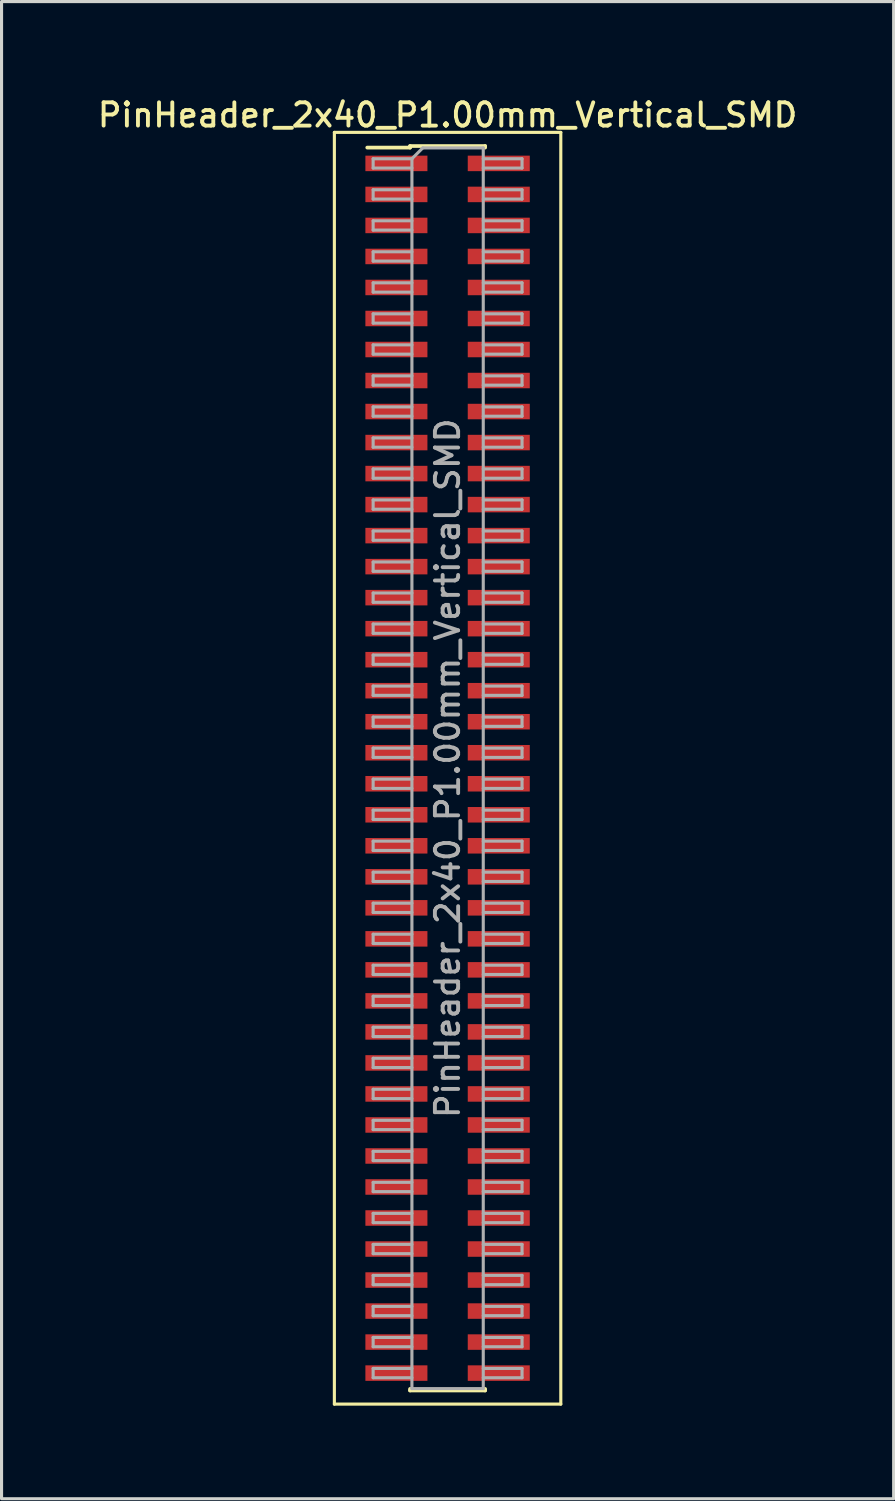
<source format=kicad_pcb>
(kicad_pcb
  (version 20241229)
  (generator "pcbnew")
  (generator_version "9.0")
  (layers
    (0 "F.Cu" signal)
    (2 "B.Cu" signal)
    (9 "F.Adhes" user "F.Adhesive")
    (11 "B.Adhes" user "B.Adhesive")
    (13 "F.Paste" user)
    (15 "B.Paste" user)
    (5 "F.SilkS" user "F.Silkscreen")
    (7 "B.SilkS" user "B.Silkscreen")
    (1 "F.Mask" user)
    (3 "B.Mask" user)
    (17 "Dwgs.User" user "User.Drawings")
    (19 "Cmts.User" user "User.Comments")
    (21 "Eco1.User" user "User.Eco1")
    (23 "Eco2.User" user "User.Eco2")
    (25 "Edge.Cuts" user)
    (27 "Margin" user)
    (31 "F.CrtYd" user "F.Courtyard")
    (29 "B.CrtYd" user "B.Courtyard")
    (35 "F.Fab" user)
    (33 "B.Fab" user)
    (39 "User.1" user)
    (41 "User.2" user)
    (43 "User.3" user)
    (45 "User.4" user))
  (footprint "PinHeader_2x40_P1.00mm_Vertical_SMD"
    (layer "F.Cu")
    (at 11.38 21.718)
    (property "Reference" "PinHeader_2x40_P1.00mm_Vertical_SMD" (at 0 -21.06 0) (layer "F.SilkS") (effects (font (size 0.75 0.75) (thickness 0.125))))
    (attr smd)
    (fp_line (start -3.65 -20.5) (end -3.65 20.5) (stroke (width 0.1) (type solid)) (layer "F.SilkS"))
    (fp_line (start -3.65 20.5) (end 3.65 20.5) (stroke (width 0.1) (type solid)) (layer "F.SilkS"))
    (fp_line (start -2.59 -20.01) (end -1.21 -20.01) (stroke (width 0.12) (type solid)) (layer "F.SilkS"))
    (fp_line (start -1.21 -20.06) (end -1.21 -20.01) (stroke (width 0.12) (type solid)) (layer "F.SilkS"))
    (fp_line (start -1.21 -20.06) (end 1.21 -20.06) (stroke (width 0.12) (type solid)) (layer "F.SilkS"))
    (fp_line (start -1.21 20.01) (end -1.21 20.06) (stroke (width 0.12) (type solid)) (layer "F.SilkS"))
    (fp_line (start -1.21 20.06) (end 1.21 20.06) (stroke (width 0.12) (type solid)) (layer "F.SilkS"))
    (fp_line (start 1.21 -20.06) (end 1.21 -20.01) (stroke (width 0.12) (type solid)) (layer "F.SilkS"))
    (fp_line (start 1.21 20.01) (end 1.21 20.06) (stroke (width 0.12) (type solid)) (layer "F.SilkS"))
    (fp_line (start 3.65 -20.5) (end -3.65 -20.5) (stroke (width 0.1) (type solid)) (layer "F.SilkS"))
    (fp_line (start 3.65 20.5) (end 3.65 -20.5) (stroke (width 0.1) (type solid)) (layer "F.SilkS"))
    (fp_line (start -2.4 -19.65) (end -2.4 -19.35) (stroke (width 0.1) (type solid)) (layer "F.Fab"))
    (fp_line (start -2.4 -19.35) (end -1.15 -19.35) (stroke (width 0.1) (type solid)) (layer "F.Fab"))
    (fp_line (start -2.4 -18.65) (end -2.4 -18.35) (stroke (width 0.1) (type solid)) (layer "F.Fab"))
    (fp_line (start -2.4 -18.35) (end -1.15 -18.35) (stroke (width 0.1) (type solid)) (layer "F.Fab"))
    (fp_line (start -2.4 -17.65) (end -2.4 -17.35) (stroke (width 0.1) (type solid)) (layer "F.Fab"))
    (fp_line (start -2.4 -17.35) (end -1.15 -17.35) (stroke (width 0.1) (type solid)) (layer "F.Fab"))
    (fp_line (start -2.4 -16.65) (end -2.4 -16.35) (stroke (width 0.1) (type solid)) (layer "F.Fab"))
    (fp_line (start -2.4 -16.35) (end -1.15 -16.35) (stroke (width 0.1) (type solid)) (layer "F.Fab"))
    (fp_line (start -2.4 -15.65) (end -2.4 -15.35) (stroke (width 0.1) (type solid)) (layer "F.Fab"))
    (fp_line (start -2.4 -15.35) (end -1.15 -15.35) (stroke (width 0.1) (type solid)) (layer "F.Fab"))
    (fp_line (start -2.4 -14.65) (end -2.4 -14.35) (stroke (width 0.1) (type solid)) (layer "F.Fab"))
    (fp_line (start -2.4 -14.35) (end -1.15 -14.35) (stroke (width 0.1) (type solid)) (layer "F.Fab"))
    (fp_line (start -2.4 -13.65) (end -2.4 -13.35) (stroke (width 0.1) (type solid)) (layer "F.Fab"))
    (fp_line (start -2.4 -13.35) (end -1.15 -13.35) (stroke (width 0.1) (type solid)) (layer "F.Fab"))
    (fp_line (start -2.4 -12.65) (end -2.4 -12.35) (stroke (width 0.1) (type solid)) (layer "F.Fab"))
    (fp_line (start -2.4 -12.35) (end -1.15 -12.35) (stroke (width 0.1) (type solid)) (layer "F.Fab"))
    (fp_line (start -2.4 -11.65) (end -2.4 -11.35) (stroke (width 0.1) (type solid)) (layer "F.Fab"))
    (fp_line (start -2.4 -11.35) (end -1.15 -11.35) (stroke (width 0.1) (type solid)) (layer "F.Fab"))
    (fp_line (start -2.4 -10.65) (end -2.4 -10.35) (stroke (width 0.1) (type solid)) (layer "F.Fab"))
    (fp_line (start -2.4 -10.35) (end -1.15 -10.35) (stroke (width 0.1) (type solid)) (layer "F.Fab"))
    (fp_line (start -2.4 -9.65) (end -2.4 -9.35) (stroke (width 0.1) (type solid)) (layer "F.Fab"))
    (fp_line (start -2.4 -9.35) (end -1.15 -9.35) (stroke (width 0.1) (type solid)) (layer "F.Fab"))
    (fp_line (start -2.4 -8.65) (end -2.4 -8.35) (stroke (width 0.1) (type solid)) (layer "F.Fab"))
    (fp_line (start -2.4 -8.35) (end -1.15 -8.35) (stroke (width 0.1) (type solid)) (layer "F.Fab"))
    (fp_line (start -2.4 -7.65) (end -2.4 -7.35) (stroke (width 0.1) (type solid)) (layer "F.Fab"))
    (fp_line (start -2.4 -7.35) (end -1.15 -7.35) (stroke (width 0.1) (type solid)) (layer "F.Fab"))
    (fp_line (start -2.4 -6.65) (end -2.4 -6.35) (stroke (width 0.1) (type solid)) (layer "F.Fab"))
    (fp_line (start -2.4 -6.35) (end -1.15 -6.35) (stroke (width 0.1) (type solid)) (layer "F.Fab"))
    (fp_line (start -2.4 -5.65) (end -2.4 -5.35) (stroke (width 0.1) (type solid)) (layer "F.Fab"))
    (fp_line (start -2.4 -5.35) (end -1.15 -5.35) (stroke (width 0.1) (type solid)) (layer "F.Fab"))
    (fp_line (start -2.4 -4.65) (end -2.4 -4.35) (stroke (width 0.1) (type solid)) (layer "F.Fab"))
    (fp_line (start -2.4 -4.35) (end -1.15 -4.35) (stroke (width 0.1) (type solid)) (layer "F.Fab"))
    (fp_line (start -2.4 -3.65) (end -2.4 -3.35) (stroke (width 0.1) (type solid)) (layer "F.Fab"))
    (fp_line (start -2.4 -3.35) (end -1.15 -3.35) (stroke (width 0.1) (type solid)) (layer "F.Fab"))
    (fp_line (start -2.4 -2.65) (end -2.4 -2.35) (stroke (width 0.1) (type solid)) (layer "F.Fab"))
    (fp_line (start -2.4 -2.35) (end -1.15 -2.35) (stroke (width 0.1) (type solid)) (layer "F.Fab"))
    (fp_line (start -2.4 -1.65) (end -2.4 -1.35) (stroke (width 0.1) (type solid)) (layer "F.Fab"))
    (fp_line (start -2.4 -1.35) (end -1.15 -1.35) (stroke (width 0.1) (type solid)) (layer "F.Fab"))
    (fp_line (start -2.4 -0.65) (end -2.4 -0.35) (stroke (width 0.1) (type solid)) (layer "F.Fab"))
    (fp_line (start -2.4 -0.35) (end -1.15 -0.35) (stroke (width 0.1) (type solid)) (layer "F.Fab"))
    (fp_line (start -2.4 0.35) (end -2.4 0.65) (stroke (width 0.1) (type solid)) (layer "F.Fab"))
    (fp_line (start -2.4 0.65) (end -1.15 0.65) (stroke (width 0.1) (type solid)) (layer "F.Fab"))
    (fp_line (start -2.4 1.35) (end -2.4 1.65) (stroke (width 0.1) (type solid)) (layer "F.Fab"))
    (fp_line (start -2.4 1.65) (end -1.15 1.65) (stroke (width 0.1) (type solid)) (layer "F.Fab"))
    (fp_line (start -2.4 2.35) (end -2.4 2.65) (stroke (width 0.1) (type solid)) (layer "F.Fab"))
    (fp_line (start -2.4 2.65) (end -1.15 2.65) (stroke (width 0.1) (type solid)) (layer "F.Fab"))
    (fp_line (start -2.4 3.35) (end -2.4 3.65) (stroke (width 0.1) (type solid)) (layer "F.Fab"))
    (fp_line (start -2.4 3.65) (end -1.15 3.65) (stroke (width 0.1) (type solid)) (layer "F.Fab"))
    (fp_line (start -2.4 4.35) (end -2.4 4.65) (stroke (width 0.1) (type solid)) (layer "F.Fab"))
    (fp_line (start -2.4 4.65) (end -1.15 4.65) (stroke (width 0.1) (type solid)) (layer "F.Fab"))
    (fp_line (start -2.4 5.35) (end -2.4 5.65) (stroke (width 0.1) (type solid)) (layer "F.Fab"))
    (fp_line (start -2.4 5.65) (end -1.15 5.65) (stroke (width 0.1) (type solid)) (layer "F.Fab"))
    (fp_line (start -2.4 6.35) (end -2.4 6.65) (stroke (width 0.1) (type solid)) (layer "F.Fab"))
    (fp_line (start -2.4 6.65) (end -1.15 6.65) (stroke (width 0.1) (type solid)) (layer "F.Fab"))
    (fp_line (start -2.4 7.35) (end -2.4 7.65) (stroke (width 0.1) (type solid)) (layer "F.Fab"))
    (fp_line (start -2.4 7.65) (end -1.15 7.65) (stroke (width 0.1) (type solid)) (layer "F.Fab"))
    (fp_line (start -2.4 8.35) (end -2.4 8.65) (stroke (width 0.1) (type solid)) (layer "F.Fab"))
    (fp_line (start -2.4 8.65) (end -1.15 8.65) (stroke (width 0.1) (type solid)) (layer "F.Fab"))
    (fp_line (start -2.4 9.35) (end -2.4 9.65) (stroke (width 0.1) (type solid)) (layer "F.Fab"))
    (fp_line (start -2.4 9.65) (end -1.15 9.65) (stroke (width 0.1) (type solid)) (layer "F.Fab"))
    (fp_line (start -2.4 10.35) (end -2.4 10.65) (stroke (width 0.1) (type solid)) (layer "F.Fab"))
    (fp_line (start -2.4 10.65) (end -1.15 10.65) (stroke (width 0.1) (type solid)) (layer "F.Fab"))
    (fp_line (start -2.4 11.35) (end -2.4 11.65) (stroke (width 0.1) (type solid)) (layer "F.Fab"))
    (fp_line (start -2.4 11.65) (end -1.15 11.65) (stroke (width 0.1) (type solid)) (layer "F.Fab"))
    (fp_line (start -2.4 12.35) (end -2.4 12.65) (stroke (width 0.1) (type solid)) (layer "F.Fab"))
    (fp_line (start -2.4 12.65) (end -1.15 12.65) (stroke (width 0.1) (type solid)) (layer "F.Fab"))
    (fp_line (start -2.4 13.35) (end -2.4 13.65) (stroke (width 0.1) (type solid)) (layer "F.Fab"))
    (fp_line (start -2.4 13.65) (end -1.15 13.65) (stroke (width 0.1) (type solid)) (layer "F.Fab"))
    (fp_line (start -2.4 14.35) (end -2.4 14.65) (stroke (width 0.1) (type solid)) (layer "F.Fab"))
    (fp_line (start -2.4 14.65) (end -1.15 14.65) (stroke (width 0.1) (type solid)) (layer "F.Fab"))
    (fp_line (start -2.4 15.35) (end -2.4 15.65) (stroke (width 0.1) (type solid)) (layer "F.Fab"))
    (fp_line (start -2.4 15.65) (end -1.15 15.65) (stroke (width 0.1) (type solid)) (layer "F.Fab"))
    (fp_line (start -2.4 16.35) (end -2.4 16.65) (stroke (width 0.1) (type solid)) (layer "F.Fab"))
    (fp_line (start -2.4 16.65) (end -1.15 16.65) (stroke (width 0.1) (type solid)) (layer "F.Fab"))
    (fp_line (start -2.4 17.35) (end -2.4 17.65) (stroke (width 0.1) (type solid)) (layer "F.Fab"))
    (fp_line (start -2.4 17.65) (end -1.15 17.65) (stroke (width 0.1) (type solid)) (layer "F.Fab"))
    (fp_line (start -2.4 18.35) (end -2.4 18.65) (stroke (width 0.1) (type solid)) (layer "F.Fab"))
    (fp_line (start -2.4 18.65) (end -1.15 18.65) (stroke (width 0.1) (type solid)) (layer "F.Fab"))
    (fp_line (start -2.4 19.35) (end -2.4 19.65) (stroke (width 0.1) (type solid)) (layer "F.Fab"))
    (fp_line (start -2.4 19.65) (end -1.15 19.65) (stroke (width 0.1) (type solid)) (layer "F.Fab"))
    (fp_line (start -1.15 -19.65) (end -2.4 -19.65) (stroke (width 0.1) (type solid)) (layer "F.Fab"))
    (fp_line (start -1.15 -19.65) (end -0.8 -20) (stroke (width 0.1) (type solid)) (layer "F.Fab"))
    (fp_line (start -1.15 -18.65) (end -2.4 -18.65) (stroke (width 0.1) (type solid)) (layer "F.Fab"))
    (fp_line (start -1.15 -17.65) (end -2.4 -17.65) (stroke (width 0.1) (type solid)) (layer "F.Fab"))
    (fp_line (start -1.15 -16.65) (end -2.4 -16.65) (stroke (width 0.1) (type solid)) (layer "F.Fab"))
    (fp_line (start -1.15 -15.65) (end -2.4 -15.65) (stroke (width 0.1) (type solid)) (layer "F.Fab"))
    (fp_line (start -1.15 -14.65) (end -2.4 -14.65) (stroke (width 0.1) (type solid)) (layer "F.Fab"))
    (fp_line (start -1.15 -13.65) (end -2.4 -13.65) (stroke (width 0.1) (type solid)) (layer "F.Fab"))
    (fp_line (start -1.15 -12.65) (end -2.4 -12.65) (stroke (width 0.1) (type solid)) (layer "F.Fab"))
    (fp_line (start -1.15 -11.65) (end -2.4 -11.65) (stroke (width 0.1) (type solid)) (layer "F.Fab"))
    (fp_line (start -1.15 -10.65) (end -2.4 -10.65) (stroke (width 0.1) (type solid)) (layer "F.Fab"))
    (fp_line (start -1.15 -9.65) (end -2.4 -9.65) (stroke (width 0.1) (type solid)) (layer "F.Fab"))
    (fp_line (start -1.15 -8.65) (end -2.4 -8.65) (stroke (width 0.1) (type solid)) (layer "F.Fab"))
    (fp_line (start -1.15 -7.65) (end -2.4 -7.65) (stroke (width 0.1) (type solid)) (layer "F.Fab"))
    (fp_line (start -1.15 -6.65) (end -2.4 -6.65) (stroke (width 0.1) (type solid)) (layer "F.Fab"))
    (fp_line (start -1.15 -5.65) (end -2.4 -5.65) (stroke (width 0.1) (type solid)) (layer "F.Fab"))
    (fp_line (start -1.15 -4.65) (end -2.4 -4.65) (stroke (width 0.1) (type solid)) (layer "F.Fab"))
    (fp_line (start -1.15 -3.65) (end -2.4 -3.65) (stroke (width 0.1) (type solid)) (layer "F.Fab"))
    (fp_line (start -1.15 -2.65) (end -2.4 -2.65) (stroke (width 0.1) (type solid)) (layer "F.Fab"))
    (fp_line (start -1.15 -1.65) (end -2.4 -1.65) (stroke (width 0.1) (type solid)) (layer "F.Fab"))
    (fp_line (start -1.15 -0.65) (end -2.4 -0.65) (stroke (width 0.1) (type solid)) (layer "F.Fab"))
    (fp_line (start -1.15 0.35) (end -2.4 0.35) (stroke (width 0.1) (type solid)) (layer "F.Fab"))
    (fp_line (start -1.15 1.35) (end -2.4 1.35) (stroke (width 0.1) (type solid)) (layer "F.Fab"))
    (fp_line (start -1.15 2.35) (end -2.4 2.35) (stroke (width 0.1) (type solid)) (layer "F.Fab"))
    (fp_line (start -1.15 3.35) (end -2.4 3.35) (stroke (width 0.1) (type solid)) (layer "F.Fab"))
    (fp_line (start -1.15 4.35) (end -2.4 4.35) (stroke (width 0.1) (type solid)) (layer "F.Fab"))
    (fp_line (start -1.15 5.35) (end -2.4 5.35) (stroke (width 0.1) (type solid)) (layer "F.Fab"))
    (fp_line (start -1.15 6.35) (end -2.4 6.35) (stroke (width 0.1) (type solid)) (layer "F.Fab"))
    (fp_line (start -1.15 7.35) (end -2.4 7.35) (stroke (width 0.1) (type solid)) (layer "F.Fab"))
    (fp_line (start -1.15 8.35) (end -2.4 8.35) (stroke (width 0.1) (type solid)) (layer "F.Fab"))
    (fp_line (start -1.15 9.35) (end -2.4 9.35) (stroke (width 0.1) (type solid)) (layer "F.Fab"))
    (fp_line (start -1.15 10.35) (end -2.4 10.35) (stroke (width 0.1) (type solid)) (layer "F.Fab"))
    (fp_line (start -1.15 11.35) (end -2.4 11.35) (stroke (width 0.1) (type solid)) (layer "F.Fab"))
    (fp_line (start -1.15 12.35) (end -2.4 12.35) (stroke (width 0.1) (type solid)) (layer "F.Fab"))
    (fp_line (start -1.15 13.35) (end -2.4 13.35) (stroke (width 0.1) (type solid)) (layer "F.Fab"))
    (fp_line (start -1.15 14.35) (end -2.4 14.35) (stroke (width 0.1) (type solid)) (layer "F.Fab"))
    (fp_line (start -1.15 15.35) (end -2.4 15.35) (stroke (width 0.1) (type solid)) (layer "F.Fab"))
    (fp_line (start -1.15 16.35) (end -2.4 16.35) (stroke (width 0.1) (type solid)) (layer "F.Fab"))
    (fp_line (start -1.15 17.35) (end -2.4 17.35) (stroke (width 0.1) (type solid)) (layer "F.Fab"))
    (fp_line (start -1.15 18.35) (end -2.4 18.35) (stroke (width 0.1) (type solid)) (layer "F.Fab"))
    (fp_line (start -1.15 19.35) (end -2.4 19.35) (stroke (width 0.1) (type solid)) (layer "F.Fab"))
    (fp_line (start -1.15 20) (end -1.15 -19.65) (stroke (width 0.1) (type solid)) (layer "F.Fab"))
    (fp_line (start -0.8 -20) (end 1.15 -20) (stroke (width 0.1) (type solid)) (layer "F.Fab"))
    (fp_line (start 1.15 -20) (end 1.15 20) (stroke (width 0.1) (type solid)) (layer "F.Fab"))
    (fp_line (start 1.15 -19.65) (end 2.4 -19.65) (stroke (width 0.1) (type solid)) (layer "F.Fab"))
    (fp_line (start 1.15 -18.65) (end 2.4 -18.65) (stroke (width 0.1) (type solid)) (layer "F.Fab"))
    (fp_line (start 1.15 -17.65) (end 2.4 -17.65) (stroke (width 0.1) (type solid)) (layer "F.Fab"))
    (fp_line (start 1.15 -16.65) (end 2.4 -16.65) (stroke (width 0.1) (type solid)) (layer "F.Fab"))
    (fp_line (start 1.15 -15.65) (end 2.4 -15.65) (stroke (width 0.1) (type solid)) (layer "F.Fab"))
    (fp_line (start 1.15 -14.65) (end 2.4 -14.65) (stroke (width 0.1) (type solid)) (layer "F.Fab"))
    (fp_line (start 1.15 -13.65) (end 2.4 -13.65) (stroke (width 0.1) (type solid)) (layer "F.Fab"))
    (fp_line (start 1.15 -12.65) (end 2.4 -12.65) (stroke (width 0.1) (type solid)) (layer "F.Fab"))
    (fp_line (start 1.15 -11.65) (end 2.4 -11.65) (stroke (width 0.1) (type solid)) (layer "F.Fab"))
    (fp_line (start 1.15 -10.65) (end 2.4 -10.65) (stroke (width 0.1) (type solid)) (layer "F.Fab"))
    (fp_line (start 1.15 -9.65) (end 2.4 -9.65) (stroke (width 0.1) (type solid)) (layer "F.Fab"))
    (fp_line (start 1.15 -8.65) (end 2.4 -8.65) (stroke (width 0.1) (type solid)) (layer "F.Fab"))
    (fp_line (start 1.15 -7.65) (end 2.4 -7.65) (stroke (width 0.1) (type solid)) (layer "F.Fab"))
    (fp_line (start 1.15 -6.65) (end 2.4 -6.65) (stroke (width 0.1) (type solid)) (layer "F.Fab"))
    (fp_line (start 1.15 -5.65) (end 2.4 -5.65) (stroke (width 0.1) (type solid)) (layer "F.Fab"))
    (fp_line (start 1.15 -4.65) (end 2.4 -4.65) (stroke (width 0.1) (type solid)) (layer "F.Fab"))
    (fp_line (start 1.15 -3.65) (end 2.4 -3.65) (stroke (width 0.1) (type solid)) (layer "F.Fab"))
    (fp_line (start 1.15 -2.65) (end 2.4 -2.65) (stroke (width 0.1) (type solid)) (layer "F.Fab"))
    (fp_line (start 1.15 -1.65) (end 2.4 -1.65) (stroke (width 0.1) (type solid)) (layer "F.Fab"))
    (fp_line (start 1.15 -0.65) (end 2.4 -0.65) (stroke (width 0.1) (type solid)) (layer "F.Fab"))
    (fp_line (start 1.15 0.35) (end 2.4 0.35) (stroke (width 0.1) (type solid)) (layer "F.Fab"))
    (fp_line (start 1.15 1.35) (end 2.4 1.35) (stroke (width 0.1) (type solid)) (layer "F.Fab"))
    (fp_line (start 1.15 2.35) (end 2.4 2.35) (stroke (width 0.1) (type solid)) (layer "F.Fab"))
    (fp_line (start 1.15 3.35) (end 2.4 3.35) (stroke (width 0.1) (type solid)) (layer "F.Fab"))
    (fp_line (start 1.15 4.35) (end 2.4 4.35) (stroke (width 0.1) (type solid)) (layer "F.Fab"))
    (fp_line (start 1.15 5.35) (end 2.4 5.35) (stroke (width 0.1) (type solid)) (layer "F.Fab"))
    (fp_line (start 1.15 6.35) (end 2.4 6.35) (stroke (width 0.1) (type solid)) (layer "F.Fab"))
    (fp_line (start 1.15 7.35) (end 2.4 7.35) (stroke (width 0.1) (type solid)) (layer "F.Fab"))
    (fp_line (start 1.15 8.35) (end 2.4 8.35) (stroke (width 0.1) (type solid)) (layer "F.Fab"))
    (fp_line (start 1.15 9.35) (end 2.4 9.35) (stroke (width 0.1) (type solid)) (layer "F.Fab"))
    (fp_line (start 1.15 10.35) (end 2.4 10.35) (stroke (width 0.1) (type solid)) (layer "F.Fab"))
    (fp_line (start 1.15 11.35) (end 2.4 11.35) (stroke (width 0.1) (type solid)) (layer "F.Fab"))
    (fp_line (start 1.15 12.35) (end 2.4 12.35) (stroke (width 0.1) (type solid)) (layer "F.Fab"))
    (fp_line (start 1.15 13.35) (end 2.4 13.35) (stroke (width 0.1) (type solid)) (layer "F.Fab"))
    (fp_line (start 1.15 14.35) (end 2.4 14.35) (stroke (width 0.1) (type solid)) (layer "F.Fab"))
    (fp_line (start 1.15 15.35) (end 2.4 15.35) (stroke (width 0.1) (type solid)) (layer "F.Fab"))
    (fp_line (start 1.15 16.35) (end 2.4 16.35) (stroke (width 0.1) (type solid)) (layer "F.Fab"))
    (fp_line (start 1.15 17.35) (end 2.4 17.35) (stroke (width 0.1) (type solid)) (layer "F.Fab"))
    (fp_line (start 1.15 18.35) (end 2.4 18.35) (stroke (width 0.1) (type solid)) (layer "F.Fab"))
    (fp_line (start 1.15 19.35) (end 2.4 19.35) (stroke (width 0.1) (type solid)) (layer "F.Fab"))
    (fp_line (start 1.15 20) (end -1.15 20) (stroke (width 0.1) (type solid)) (layer "F.Fab"))
    (fp_line (start 2.4 -19.65) (end 2.4 -19.35) (stroke (width 0.1) (type solid)) (layer "F.Fab"))
    (fp_line (start 2.4 -19.35) (end 1.15 -19.35) (stroke (width 0.1) (type solid)) (layer "F.Fab"))
    (fp_line (start 2.4 -18.65) (end 2.4 -18.35) (stroke (width 0.1) (type solid)) (layer "F.Fab"))
    (fp_line (start 2.4 -18.35) (end 1.15 -18.35) (stroke (width 0.1) (type solid)) (layer "F.Fab"))
    (fp_line (start 2.4 -17.65) (end 2.4 -17.35) (stroke (width 0.1) (type solid)) (layer "F.Fab"))
    (fp_line (start 2.4 -17.35) (end 1.15 -17.35) (stroke (width 0.1) (type solid)) (layer "F.Fab"))
    (fp_line (start 2.4 -16.65) (end 2.4 -16.35) (stroke (width 0.1) (type solid)) (layer "F.Fab"))
    (fp_line (start 2.4 -16.35) (end 1.15 -16.35) (stroke (width 0.1) (type solid)) (layer "F.Fab"))
    (fp_line (start 2.4 -15.65) (end 2.4 -15.35) (stroke (width 0.1) (type solid)) (layer "F.Fab"))
    (fp_line (start 2.4 -15.35) (end 1.15 -15.35) (stroke (width 0.1) (type solid)) (layer "F.Fab"))
    (fp_line (start 2.4 -14.65) (end 2.4 -14.35) (stroke (width 0.1) (type solid)) (layer "F.Fab"))
    (fp_line (start 2.4 -14.35) (end 1.15 -14.35) (stroke (width 0.1) (type solid)) (layer "F.Fab"))
    (fp_line (start 2.4 -13.65) (end 2.4 -13.35) (stroke (width 0.1) (type solid)) (layer "F.Fab"))
    (fp_line (start 2.4 -13.35) (end 1.15 -13.35) (stroke (width 0.1) (type solid)) (layer "F.Fab"))
    (fp_line (start 2.4 -12.65) (end 2.4 -12.35) (stroke (width 0.1) (type solid)) (layer "F.Fab"))
    (fp_line (start 2.4 -12.35) (end 1.15 -12.35) (stroke (width 0.1) (type solid)) (layer "F.Fab"))
    (fp_line (start 2.4 -11.65) (end 2.4 -11.35) (stroke (width 0.1) (type solid)) (layer "F.Fab"))
    (fp_line (start 2.4 -11.35) (end 1.15 -11.35) (stroke (width 0.1) (type solid)) (layer "F.Fab"))
    (fp_line (start 2.4 -10.65) (end 2.4 -10.35) (stroke (width 0.1) (type solid)) (layer "F.Fab"))
    (fp_line (start 2.4 -10.35) (end 1.15 -10.35) (stroke (width 0.1) (type solid)) (layer "F.Fab"))
    (fp_line (start 2.4 -9.65) (end 2.4 -9.35) (stroke (width 0.1) (type solid)) (layer "F.Fab"))
    (fp_line (start 2.4 -9.35) (end 1.15 -9.35) (stroke (width 0.1) (type solid)) (layer "F.Fab"))
    (fp_line (start 2.4 -8.65) (end 2.4 -8.35) (stroke (width 0.1) (type solid)) (layer "F.Fab"))
    (fp_line (start 2.4 -8.35) (end 1.15 -8.35) (stroke (width 0.1) (type solid)) (layer "F.Fab"))
    (fp_line (start 2.4 -7.65) (end 2.4 -7.35) (stroke (width 0.1) (type solid)) (layer "F.Fab"))
    (fp_line (start 2.4 -7.35) (end 1.15 -7.35) (stroke (width 0.1) (type solid)) (layer "F.Fab"))
    (fp_line (start 2.4 -6.65) (end 2.4 -6.35) (stroke (width 0.1) (type solid)) (layer "F.Fab"))
    (fp_line (start 2.4 -6.35) (end 1.15 -6.35) (stroke (width 0.1) (type solid)) (layer "F.Fab"))
    (fp_line (start 2.4 -5.65) (end 2.4 -5.35) (stroke (width 0.1) (type solid)) (layer "F.Fab"))
    (fp_line (start 2.4 -5.35) (end 1.15 -5.35) (stroke (width 0.1) (type solid)) (layer "F.Fab"))
    (fp_line (start 2.4 -4.65) (end 2.4 -4.35) (stroke (width 0.1) (type solid)) (layer "F.Fab"))
    (fp_line (start 2.4 -4.35) (end 1.15 -4.35) (stroke (width 0.1) (type solid)) (layer "F.Fab"))
    (fp_line (start 2.4 -3.65) (end 2.4 -3.35) (stroke (width 0.1) (type solid)) (layer "F.Fab"))
    (fp_line (start 2.4 -3.35) (end 1.15 -3.35) (stroke (width 0.1) (type solid)) (layer "F.Fab"))
    (fp_line (start 2.4 -2.65) (end 2.4 -2.35) (stroke (width 0.1) (type solid)) (layer "F.Fab"))
    (fp_line (start 2.4 -2.35) (end 1.15 -2.35) (stroke (width 0.1) (type solid)) (layer "F.Fab"))
    (fp_line (start 2.4 -1.65) (end 2.4 -1.35) (stroke (width 0.1) (type solid)) (layer "F.Fab"))
    (fp_line (start 2.4 -1.35) (end 1.15 -1.35) (stroke (width 0.1) (type solid)) (layer "F.Fab"))
    (fp_line (start 2.4 -0.65) (end 2.4 -0.35) (stroke (width 0.1) (type solid)) (layer "F.Fab"))
    (fp_line (start 2.4 -0.35) (end 1.15 -0.35) (stroke (width 0.1) (type solid)) (layer "F.Fab"))
    (fp_line (start 2.4 0.35) (end 2.4 0.65) (stroke (width 0.1) (type solid)) (layer "F.Fab"))
    (fp_line (start 2.4 0.65) (end 1.15 0.65) (stroke (width 0.1) (type solid)) (layer "F.Fab"))
    (fp_line (start 2.4 1.35) (end 2.4 1.65) (stroke (width 0.1) (type solid)) (layer "F.Fab"))
    (fp_line (start 2.4 1.65) (end 1.15 1.65) (stroke (width 0.1) (type solid)) (layer "F.Fab"))
    (fp_line (start 2.4 2.35) (end 2.4 2.65) (stroke (width 0.1) (type solid)) (layer "F.Fab"))
    (fp_line (start 2.4 2.65) (end 1.15 2.65) (stroke (width 0.1) (type solid)) (layer "F.Fab"))
    (fp_line (start 2.4 3.35) (end 2.4 3.65) (stroke (width 0.1) (type solid)) (layer "F.Fab"))
    (fp_line (start 2.4 3.65) (end 1.15 3.65) (stroke (width 0.1) (type solid)) (layer "F.Fab"))
    (fp_line (start 2.4 4.35) (end 2.4 4.65) (stroke (width 0.1) (type solid)) (layer "F.Fab"))
    (fp_line (start 2.4 4.65) (end 1.15 4.65) (stroke (width 0.1) (type solid)) (layer "F.Fab"))
    (fp_line (start 2.4 5.35) (end 2.4 5.65) (stroke (width 0.1) (type solid)) (layer "F.Fab"))
    (fp_line (start 2.4 5.65) (end 1.15 5.65) (stroke (width 0.1) (type solid)) (layer "F.Fab"))
    (fp_line (start 2.4 6.35) (end 2.4 6.65) (stroke (width 0.1) (type solid)) (layer "F.Fab"))
    (fp_line (start 2.4 6.65) (end 1.15 6.65) (stroke (width 0.1) (type solid)) (layer "F.Fab"))
    (fp_line (start 2.4 7.35) (end 2.4 7.65) (stroke (width 0.1) (type solid)) (layer "F.Fab"))
    (fp_line (start 2.4 7.65) (end 1.15 7.65) (stroke (width 0.1) (type solid)) (layer "F.Fab"))
    (fp_line (start 2.4 8.35) (end 2.4 8.65) (stroke (width 0.1) (type solid)) (layer "F.Fab"))
    (fp_line (start 2.4 8.65) (end 1.15 8.65) (stroke (width 0.1) (type solid)) (layer "F.Fab"))
    (fp_line (start 2.4 9.35) (end 2.4 9.65) (stroke (width 0.1) (type solid)) (layer "F.Fab"))
    (fp_line (start 2.4 9.65) (end 1.15 9.65) (stroke (width 0.1) (type solid)) (layer "F.Fab"))
    (fp_line (start 2.4 10.35) (end 2.4 10.65) (stroke (width 0.1) (type solid)) (layer "F.Fab"))
    (fp_line (start 2.4 10.65) (end 1.15 10.65) (stroke (width 0.1) (type solid)) (layer "F.Fab"))
    (fp_line (start 2.4 11.35) (end 2.4 11.65) (stroke (width 0.1) (type solid)) (layer "F.Fab"))
    (fp_line (start 2.4 11.65) (end 1.15 11.65) (stroke (width 0.1) (type solid)) (layer "F.Fab"))
    (fp_line (start 2.4 12.35) (end 2.4 12.65) (stroke (width 0.1) (type solid)) (layer "F.Fab"))
    (fp_line (start 2.4 12.65) (end 1.15 12.65) (stroke (width 0.1) (type solid)) (layer "F.Fab"))
    (fp_line (start 2.4 13.35) (end 2.4 13.65) (stroke (width 0.1) (type solid)) (layer "F.Fab"))
    (fp_line (start 2.4 13.65) (end 1.15 13.65) (stroke (width 0.1) (type solid)) (layer "F.Fab"))
    (fp_line (start 2.4 14.35) (end 2.4 14.65) (stroke (width 0.1) (type solid)) (layer "F.Fab"))
    (fp_line (start 2.4 14.65) (end 1.15 14.65) (stroke (width 0.1) (type solid)) (layer "F.Fab"))
    (fp_line (start 2.4 15.35) (end 2.4 15.65) (stroke (width 0.1) (type solid)) (layer "F.Fab"))
    (fp_line (start 2.4 15.65) (end 1.15 15.65) (stroke (width 0.1) (type solid)) (layer "F.Fab"))
    (fp_line (start 2.4 16.35) (end 2.4 16.65) (stroke (width 0.1) (type solid)) (layer "F.Fab"))
    (fp_line (start 2.4 16.65) (end 1.15 16.65) (stroke (width 0.1) (type solid)) (layer "F.Fab"))
    (fp_line (start 2.4 17.35) (end 2.4 17.65) (stroke (width 0.1) (type solid)) (layer "F.Fab"))
    (fp_line (start 2.4 17.65) (end 1.15 17.65) (stroke (width 0.1) (type solid)) (layer "F.Fab"))
    (fp_line (start 2.4 18.35) (end 2.4 18.65) (stroke (width 0.1) (type solid)) (layer "F.Fab"))
    (fp_line (start 2.4 18.65) (end 1.15 18.65) (stroke (width 0.1) (type solid)) (layer "F.Fab"))
    (fp_line (start 2.4 19.35) (end 2.4 19.65) (stroke (width 0.1) (type solid)) (layer "F.Fab"))
    (fp_line (start 2.4 19.65) (end 1.15 19.65) (stroke (width 0.1) (type solid)) (layer "F.Fab"))
    (fp_text user "${REFERENCE}" (at 0 0 90) (layer "F.Fab") (effects (font (size 0.75 0.75) (thickness 0.125))))
    (pad "1" smd rect (at -1.65 -19.5) (size 2 0.5) (layers "F.Cu" "F.Mask" "F.Paste"))
    (pad "2" smd rect (at 1.65 -19.5) (size 2 0.5) (layers "F.Cu" "F.Mask" "F.Paste"))
    (pad "3" smd rect (at -1.65 -18.5) (size 2 0.5) (layers "F.Cu" "F.Mask" "F.Paste"))
    (pad "4" smd rect (at 1.65 -18.5) (size 2 0.5) (layers "F.Cu" "F.Mask" "F.Paste"))
    (pad "5" smd rect (at -1.65 -17.5) (size 2 0.5) (layers "F.Cu" "F.Mask" "F.Paste"))
    (pad "6" smd rect (at 1.65 -17.5) (size 2 0.5) (layers "F.Cu" "F.Mask" "F.Paste"))
    (pad "7" smd rect (at -1.65 -16.5) (size 2 0.5) (layers "F.Cu" "F.Mask" "F.Paste"))
    (pad "8" smd rect (at 1.65 -16.5) (size 2 0.5) (layers "F.Cu" "F.Mask" "F.Paste"))
    (pad "9" smd rect (at -1.65 -15.5) (size 2 0.5) (layers "F.Cu" "F.Mask" "F.Paste"))
    (pad "10" smd rect (at 1.65 -15.5) (size 2 0.5) (layers "F.Cu" "F.Mask" "F.Paste"))
    (pad "11" smd rect (at -1.65 -14.5) (size 2 0.5) (layers "F.Cu" "F.Mask" "F.Paste"))
    (pad "12" smd rect (at 1.65 -14.5) (size 2 0.5) (layers "F.Cu" "F.Mask" "F.Paste"))
    (pad "13" smd rect (at -1.65 -13.5) (size 2 0.5) (layers "F.Cu" "F.Mask" "F.Paste"))
    (pad "14" smd rect (at 1.65 -13.5) (size 2 0.5) (layers "F.Cu" "F.Mask" "F.Paste"))
    (pad "15" smd rect (at -1.65 -12.5) (size 2 0.5) (layers "F.Cu" "F.Mask" "F.Paste"))
    (pad "16" smd rect (at 1.65 -12.5) (size 2 0.5) (layers "F.Cu" "F.Mask" "F.Paste"))
    (pad "17" smd rect (at -1.65 -11.5) (size 2 0.5) (layers "F.Cu" "F.Mask" "F.Paste"))
    (pad "18" smd rect (at 1.65 -11.5) (size 2 0.5) (layers "F.Cu" "F.Mask" "F.Paste"))
    (pad "19" smd rect (at -1.65 -10.5) (size 2 0.5) (layers "F.Cu" "F.Mask" "F.Paste"))
    (pad "20" smd rect (at 1.65 -10.5) (size 2 0.5) (layers "F.Cu" "F.Mask" "F.Paste"))
    (pad "21" smd rect (at -1.65 -9.5) (size 2 0.5) (layers "F.Cu" "F.Mask" "F.Paste"))
    (pad "22" smd rect (at 1.65 -9.5) (size 2 0.5) (layers "F.Cu" "F.Mask" "F.Paste"))
    (pad "23" smd rect (at -1.65 -8.5) (size 2 0.5) (layers "F.Cu" "F.Mask" "F.Paste"))
    (pad "24" smd rect (at 1.65 -8.5) (size 2 0.5) (layers "F.Cu" "F.Mask" "F.Paste"))
    (pad "25" smd rect (at -1.65 -7.5) (size 2 0.5) (layers "F.Cu" "F.Mask" "F.Paste"))
    (pad "26" smd rect (at 1.65 -7.5) (size 2 0.5) (layers "F.Cu" "F.Mask" "F.Paste"))
    (pad "27" smd rect (at -1.65 -6.5) (size 2 0.5) (layers "F.Cu" "F.Mask" "F.Paste"))
    (pad "28" smd rect (at 1.65 -6.5) (size 2 0.5) (layers "F.Cu" "F.Mask" "F.Paste"))
    (pad "29" smd rect (at -1.65 -5.5) (size 2 0.5) (layers "F.Cu" "F.Mask" "F.Paste"))
    (pad "30" smd rect (at 1.65 -5.5) (size 2 0.5) (layers "F.Cu" "F.Mask" "F.Paste"))
    (pad "31" smd rect (at -1.65 -4.5) (size 2 0.5) (layers "F.Cu" "F.Mask" "F.Paste"))
    (pad "32" smd rect (at 1.65 -4.5) (size 2 0.5) (layers "F.Cu" "F.Mask" "F.Paste"))
    (pad "33" smd rect (at -1.65 -3.5) (size 2 0.5) (layers "F.Cu" "F.Mask" "F.Paste"))
    (pad "34" smd rect (at 1.65 -3.5) (size 2 0.5) (layers "F.Cu" "F.Mask" "F.Paste"))
    (pad "35" smd rect (at -1.65 -2.5) (size 2 0.5) (layers "F.Cu" "F.Mask" "F.Paste"))
    (pad "36" smd rect (at 1.65 -2.5) (size 2 0.5) (layers "F.Cu" "F.Mask" "F.Paste"))
    (pad "37" smd rect (at -1.65 -1.5) (size 2 0.5) (layers "F.Cu" "F.Mask" "F.Paste"))
    (pad "38" smd rect (at 1.65 -1.5) (size 2 0.5) (layers "F.Cu" "F.Mask" "F.Paste"))
    (pad "39" smd rect (at -1.65 -0.5) (size 2 0.5) (layers "F.Cu" "F.Mask" "F.Paste"))
    (pad "40" smd rect (at 1.65 -0.5) (size 2 0.5) (layers "F.Cu" "F.Mask" "F.Paste"))
    (pad "41" smd rect (at -1.65 0.5) (size 2 0.5) (layers "F.Cu" "F.Mask" "F.Paste"))
    (pad "42" smd rect (at 1.65 0.5) (size 2 0.5) (layers "F.Cu" "F.Mask" "F.Paste"))
    (pad "43" smd rect (at -1.65 1.5) (size 2 0.5) (layers "F.Cu" "F.Mask" "F.Paste"))
    (pad "44" smd rect (at 1.65 1.5) (size 2 0.5) (layers "F.Cu" "F.Mask" "F.Paste"))
    (pad "45" smd rect (at -1.65 2.5) (size 2 0.5) (layers "F.Cu" "F.Mask" "F.Paste"))
    (pad "46" smd rect (at 1.65 2.5) (size 2 0.5) (layers "F.Cu" "F.Mask" "F.Paste"))
    (pad "47" smd rect (at -1.65 3.5) (size 2 0.5) (layers "F.Cu" "F.Mask" "F.Paste"))
    (pad "48" smd rect (at 1.65 3.5) (size 2 0.5) (layers "F.Cu" "F.Mask" "F.Paste"))
    (pad "49" smd rect (at -1.65 4.5) (size 2 0.5) (layers "F.Cu" "F.Mask" "F.Paste"))
    (pad "50" smd rect (at 1.65 4.5) (size 2 0.5) (layers "F.Cu" "F.Mask" "F.Paste"))
    (pad "51" smd rect (at -1.65 5.5) (size 2 0.5) (layers "F.Cu" "F.Mask" "F.Paste"))
    (pad "52" smd rect (at 1.65 5.5) (size 2 0.5) (layers "F.Cu" "F.Mask" "F.Paste"))
    (pad "53" smd rect (at -1.65 6.5) (size 2 0.5) (layers "F.Cu" "F.Mask" "F.Paste"))
    (pad "54" smd rect (at 1.65 6.5) (size 2 0.5) (layers "F.Cu" "F.Mask" "F.Paste"))
    (pad "55" smd rect (at -1.65 7.5) (size 2 0.5) (layers "F.Cu" "F.Mask" "F.Paste"))
    (pad "56" smd rect (at 1.65 7.5) (size 2 0.5) (layers "F.Cu" "F.Mask" "F.Paste"))
    (pad "57" smd rect (at -1.65 8.5) (size 2 0.5) (layers "F.Cu" "F.Mask" "F.Paste"))
    (pad "58" smd rect (at 1.65 8.5) (size 2 0.5) (layers "F.Cu" "F.Mask" "F.Paste"))
    (pad "59" smd rect (at -1.65 9.5) (size 2 0.5) (layers "F.Cu" "F.Mask" "F.Paste"))
    (pad "60" smd rect (at 1.65 9.5) (size 2 0.5) (layers "F.Cu" "F.Mask" "F.Paste"))
    (pad "61" smd rect (at -1.65 10.5) (size 2 0.5) (layers "F.Cu" "F.Mask" "F.Paste"))
    (pad "62" smd rect (at 1.65 10.5) (size 2 0.5) (layers "F.Cu" "F.Mask" "F.Paste"))
    (pad "63" smd rect (at -1.65 11.5) (size 2 0.5) (layers "F.Cu" "F.Mask" "F.Paste"))
    (pad "64" smd rect (at 1.65 11.5) (size 2 0.5) (layers "F.Cu" "F.Mask" "F.Paste"))
    (pad "65" smd rect (at -1.65 12.5) (size 2 0.5) (layers "F.Cu" "F.Mask" "F.Paste"))
    (pad "66" smd rect (at 1.65 12.5) (size 2 0.5) (layers "F.Cu" "F.Mask" "F.Paste"))
    (pad "67" smd rect (at -1.65 13.5) (size 2 0.5) (layers "F.Cu" "F.Mask" "F.Paste"))
    (pad "68" smd rect (at 1.65 13.5) (size 2 0.5) (layers "F.Cu" "F.Mask" "F.Paste"))
    (pad "69" smd rect (at -1.65 14.5) (size 2 0.5) (layers "F.Cu" "F.Mask" "F.Paste"))
    (pad "70" smd rect (at 1.65 14.5) (size 2 0.5) (layers "F.Cu" "F.Mask" "F.Paste"))
    (pad "71" smd rect (at -1.65 15.5) (size 2 0.5) (layers "F.Cu" "F.Mask" "F.Paste"))
    (pad "72" smd rect (at 1.65 15.5) (size 2 0.5) (layers "F.Cu" "F.Mask" "F.Paste"))
    (pad "73" smd rect (at -1.65 16.5) (size 2 0.5) (layers "F.Cu" "F.Mask" "F.Paste"))
    (pad "74" smd rect (at 1.65 16.5) (size 2 0.5) (layers "F.Cu" "F.Mask" "F.Paste"))
    (pad "75" smd rect (at -1.65 17.5) (size 2 0.5) (layers "F.Cu" "F.Mask" "F.Paste"))
    (pad "76" smd rect (at 1.65 17.5) (size 2 0.5) (layers "F.Cu" "F.Mask" "F.Paste"))
    (pad "77" smd rect (at -1.65 18.5) (size 2 0.5) (layers "F.Cu" "F.Mask" "F.Paste"))
    (pad "78" smd rect (at 1.65 18.5) (size 2 0.5) (layers "F.Cu" "F.Mask" "F.Paste"))
    (pad "79" smd rect (at -1.65 19.5) (size 2 0.5) (layers "F.Cu" "F.Mask" "F.Paste"))
    (pad "80" smd rect (at 1.65 19.5) (size 2 0.5) (layers "F.Cu" "F.Mask" "F.Paste")))
  (gr_rect
    (start -3 -3)
    (end 25.761 45.268)
    (stroke (width 0.1) (type default))
    (fill no)
    (layer "Edge.Cuts")))
</source>
